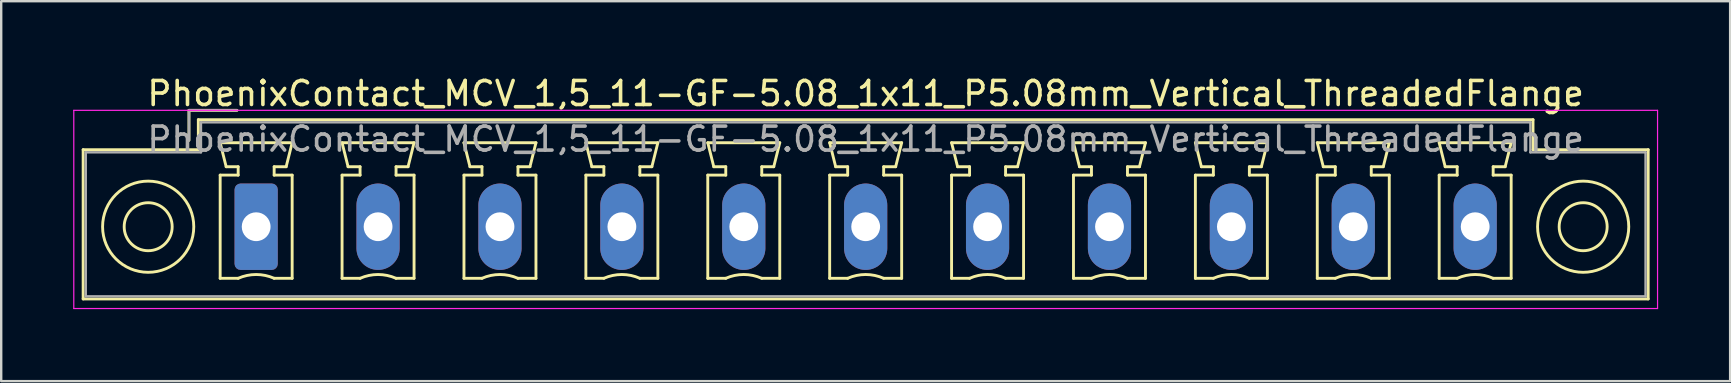
<source format=kicad_pcb>
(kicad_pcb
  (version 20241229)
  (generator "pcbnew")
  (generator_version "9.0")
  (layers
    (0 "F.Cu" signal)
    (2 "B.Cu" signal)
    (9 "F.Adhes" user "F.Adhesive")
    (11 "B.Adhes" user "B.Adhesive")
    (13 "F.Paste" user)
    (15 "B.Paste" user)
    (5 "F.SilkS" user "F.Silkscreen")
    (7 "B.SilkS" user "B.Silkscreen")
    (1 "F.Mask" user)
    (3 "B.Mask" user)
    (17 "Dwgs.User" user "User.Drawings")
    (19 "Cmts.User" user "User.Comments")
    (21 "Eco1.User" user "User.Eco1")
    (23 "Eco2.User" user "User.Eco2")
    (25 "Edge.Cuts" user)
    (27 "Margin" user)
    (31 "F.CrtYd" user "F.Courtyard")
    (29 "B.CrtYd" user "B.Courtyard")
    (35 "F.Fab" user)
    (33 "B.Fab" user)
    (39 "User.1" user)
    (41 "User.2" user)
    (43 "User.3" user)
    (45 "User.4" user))
  (footprint "PhoenixContact_MCV_1,5_11-GF-5.08_1x11_P5.08mm_Vertical_ThreadedFlange"
    (layer "F.Cu")
    (at 7.625 6.398)
    (property "Reference" "PhoenixContact_MCV_1,5_11-GF-5.08_1x11_P5.08mm_Vertical_ThreadedFlange" (at 25.4 -5.55 0) (layer "F.SilkS") (effects (font (size 1 1) (thickness 0.15))))
    (attr through_hole)
    (fp_line (start -7.21 -3.21) (end -7.21 3.01) (stroke (width 0.12) (type solid)) (layer "F.SilkS"))
    (fp_line (start -7.21 3.01) (end 58.01 3.01) (stroke (width 0.12) (type solid)) (layer "F.SilkS"))
    (fp_line (start -2.8 -4.85) (end -0.8 -4.85) (stroke (width 0.12) (type solid)) (layer "F.SilkS"))
    (fp_line (start -2.8 -3.6) (end -2.8 -4.85) (stroke (width 0.12) (type solid)) (layer "F.SilkS"))
    (fp_line (start -2.41 -4.46) (end -2.41 -3.21) (stroke (width 0.12) (type solid)) (layer "F.SilkS"))
    (fp_line (start -2.41 -3.21) (end -7.21 -3.21) (stroke (width 0.12) (type solid)) (layer "F.SilkS"))
    (fp_line (start -1.5 -3.5) (end 1.5 -3.5) (stroke (width 0.12) (type solid)) (layer "F.SilkS"))
    (fp_line (start -1.5 -2.15) (end -0.75 -2.15) (stroke (width 0.12) (type solid)) (layer "F.SilkS"))
    (fp_line (start -1.5 2.15) (end -1.5 -2.15) (stroke (width 0.12) (type solid)) (layer "F.SilkS"))
    (fp_line (start -1.25 -2.5) (end -1.5 -3.5) (stroke (width 0.12) (type solid)) (layer "F.SilkS"))
    (fp_line (start -0.75 -2.5) (end -1.25 -2.5) (stroke (width 0.12) (type solid)) (layer "F.SilkS"))
    (fp_line (start -0.75 -2.15) (end -0.75 -2.5) (stroke (width 0.12) (type solid)) (layer "F.SilkS"))
    (fp_line (start -0.75 2.15) (end -1.5 2.15) (stroke (width 0.12) (type solid)) (layer "F.SilkS"))
    (fp_line (start 0.75 -2.5) (end 0.75 -2.15) (stroke (width 0.12) (type solid)) (layer "F.SilkS"))
    (fp_line (start 0.75 -2.15) (end 1.5 -2.15) (stroke (width 0.12) (type solid)) (layer "F.SilkS"))
    (fp_line (start 1.25 -2.5) (end 0.75 -2.5) (stroke (width 0.12) (type solid)) (layer "F.SilkS"))
    (fp_line (start 1.5 -3.5) (end 1.25 -2.5) (stroke (width 0.12) (type solid)) (layer "F.SilkS"))
    (fp_line (start 1.5 -2.15) (end 1.5 2.15) (stroke (width 0.12) (type solid)) (layer "F.SilkS"))
    (fp_line (start 1.5 2.15) (end 0.75 2.15) (stroke (width 0.12) (type solid)) (layer "F.SilkS"))
    (fp_line (start 3.58 -3.5) (end 6.58 -3.5) (stroke (width 0.12) (type solid)) (layer "F.SilkS"))
    (fp_line (start 3.58 -2.15) (end 4.33 -2.15) (stroke (width 0.12) (type solid)) (layer "F.SilkS"))
    (fp_line (start 3.58 2.15) (end 3.58 -2.15) (stroke (width 0.12) (type solid)) (layer "F.SilkS"))
    (fp_line (start 3.83 -2.5) (end 3.58 -3.5) (stroke (width 0.12) (type solid)) (layer "F.SilkS"))
    (fp_line (start 4.33 -2.5) (end 3.83 -2.5) (stroke (width 0.12) (type solid)) (layer "F.SilkS"))
    (fp_line (start 4.33 -2.15) (end 4.33 -2.5) (stroke (width 0.12) (type solid)) (layer "F.SilkS"))
    (fp_line (start 4.33 2.15) (end 3.58 2.15) (stroke (width 0.12) (type solid)) (layer "F.SilkS"))
    (fp_line (start 5.83 -2.5) (end 5.83 -2.15) (stroke (width 0.12) (type solid)) (layer "F.SilkS"))
    (fp_line (start 5.83 -2.15) (end 6.58 -2.15) (stroke (width 0.12) (type solid)) (layer "F.SilkS"))
    (fp_line (start 6.33 -2.5) (end 5.83 -2.5) (stroke (width 0.12) (type solid)) (layer "F.SilkS"))
    (fp_line (start 6.58 -3.5) (end 6.33 -2.5) (stroke (width 0.12) (type solid)) (layer "F.SilkS"))
    (fp_line (start 6.58 -2.15) (end 6.58 2.15) (stroke (width 0.12) (type solid)) (layer "F.SilkS"))
    (fp_line (start 6.58 2.15) (end 5.83 2.15) (stroke (width 0.12) (type solid)) (layer "F.SilkS"))
    (fp_line (start 8.66 -3.5) (end 11.66 -3.5) (stroke (width 0.12) (type solid)) (layer "F.SilkS"))
    (fp_line (start 8.66 -2.15) (end 9.41 -2.15) (stroke (width 0.12) (type solid)) (layer "F.SilkS"))
    (fp_line (start 8.66 2.15) (end 8.66 -2.15) (stroke (width 0.12) (type solid)) (layer "F.SilkS"))
    (fp_line (start 8.91 -2.5) (end 8.66 -3.5) (stroke (width 0.12) (type solid)) (layer "F.SilkS"))
    (fp_line (start 9.41 -2.5) (end 8.91 -2.5) (stroke (width 0.12) (type solid)) (layer "F.SilkS"))
    (fp_line (start 9.41 -2.15) (end 9.41 -2.5) (stroke (width 0.12) (type solid)) (layer "F.SilkS"))
    (fp_line (start 9.41 2.15) (end 8.66 2.15) (stroke (width 0.12) (type solid)) (layer "F.SilkS"))
    (fp_line (start 10.91 -2.5) (end 10.91 -2.15) (stroke (width 0.12) (type solid)) (layer "F.SilkS"))
    (fp_line (start 10.91 -2.15) (end 11.66 -2.15) (stroke (width 0.12) (type solid)) (layer "F.SilkS"))
    (fp_line (start 11.41 -2.5) (end 10.91 -2.5) (stroke (width 0.12) (type solid)) (layer "F.SilkS"))
    (fp_line (start 11.66 -3.5) (end 11.41 -2.5) (stroke (width 0.12) (type solid)) (layer "F.SilkS"))
    (fp_line (start 11.66 -2.15) (end 11.66 2.15) (stroke (width 0.12) (type solid)) (layer "F.SilkS"))
    (fp_line (start 11.66 2.15) (end 10.91 2.15) (stroke (width 0.12) (type solid)) (layer "F.SilkS"))
    (fp_line (start 13.74 -3.5) (end 16.74 -3.5) (stroke (width 0.12) (type solid)) (layer "F.SilkS"))
    (fp_line (start 13.74 -2.15) (end 14.49 -2.15) (stroke (width 0.12) (type solid)) (layer "F.SilkS"))
    (fp_line (start 13.74 2.15) (end 13.74 -2.15) (stroke (width 0.12) (type solid)) (layer "F.SilkS"))
    (fp_line (start 13.99 -2.5) (end 13.74 -3.5) (stroke (width 0.12) (type solid)) (layer "F.SilkS"))
    (fp_line (start 14.49 -2.5) (end 13.99 -2.5) (stroke (width 0.12) (type solid)) (layer "F.SilkS"))
    (fp_line (start 14.49 -2.15) (end 14.49 -2.5) (stroke (width 0.12) (type solid)) (layer "F.SilkS"))
    (fp_line (start 14.49 2.15) (end 13.74 2.15) (stroke (width 0.12) (type solid)) (layer "F.SilkS"))
    (fp_line (start 15.99 -2.5) (end 15.99 -2.15) (stroke (width 0.12) (type solid)) (layer "F.SilkS"))
    (fp_line (start 15.99 -2.15) (end 16.74 -2.15) (stroke (width 0.12) (type solid)) (layer "F.SilkS"))
    (fp_line (start 16.49 -2.5) (end 15.99 -2.5) (stroke (width 0.12) (type solid)) (layer "F.SilkS"))
    (fp_line (start 16.74 -3.5) (end 16.49 -2.5) (stroke (width 0.12) (type solid)) (layer "F.SilkS"))
    (fp_line (start 16.74 -2.15) (end 16.74 2.15) (stroke (width 0.12) (type solid)) (layer "F.SilkS"))
    (fp_line (start 16.74 2.15) (end 15.99 2.15) (stroke (width 0.12) (type solid)) (layer "F.SilkS"))
    (fp_line (start 18.82 -3.5) (end 21.82 -3.5) (stroke (width 0.12) (type solid)) (layer "F.SilkS"))
    (fp_line (start 18.82 -2.15) (end 19.57 -2.15) (stroke (width 0.12) (type solid)) (layer "F.SilkS"))
    (fp_line (start 18.82 2.15) (end 18.82 -2.15) (stroke (width 0.12) (type solid)) (layer "F.SilkS"))
    (fp_line (start 19.07 -2.5) (end 18.82 -3.5) (stroke (width 0.12) (type solid)) (layer "F.SilkS"))
    (fp_line (start 19.57 -2.5) (end 19.07 -2.5) (stroke (width 0.12) (type solid)) (layer "F.SilkS"))
    (fp_line (start 19.57 -2.15) (end 19.57 -2.5) (stroke (width 0.12) (type solid)) (layer "F.SilkS"))
    (fp_line (start 19.57 2.15) (end 18.82 2.15) (stroke (width 0.12) (type solid)) (layer "F.SilkS"))
    (fp_line (start 21.07 -2.5) (end 21.07 -2.15) (stroke (width 0.12) (type solid)) (layer "F.SilkS"))
    (fp_line (start 21.07 -2.15) (end 21.82 -2.15) (stroke (width 0.12) (type solid)) (layer "F.SilkS"))
    (fp_line (start 21.57 -2.5) (end 21.07 -2.5) (stroke (width 0.12) (type solid)) (layer "F.SilkS"))
    (fp_line (start 21.82 -3.5) (end 21.57 -2.5) (stroke (width 0.12) (type solid)) (layer "F.SilkS"))
    (fp_line (start 21.82 -2.15) (end 21.82 2.15) (stroke (width 0.12) (type solid)) (layer "F.SilkS"))
    (fp_line (start 21.82 2.15) (end 21.07 2.15) (stroke (width 0.12) (type solid)) (layer "F.SilkS"))
    (fp_line (start 23.9 -3.5) (end 26.9 -3.5) (stroke (width 0.12) (type solid)) (layer "F.SilkS"))
    (fp_line (start 23.9 -2.15) (end 24.65 -2.15) (stroke (width 0.12) (type solid)) (layer "F.SilkS"))
    (fp_line (start 23.9 2.15) (end 23.9 -2.15) (stroke (width 0.12) (type solid)) (layer "F.SilkS"))
    (fp_line (start 24.15 -2.5) (end 23.9 -3.5) (stroke (width 0.12) (type solid)) (layer "F.SilkS"))
    (fp_line (start 24.65 -2.5) (end 24.15 -2.5) (stroke (width 0.12) (type solid)) (layer "F.SilkS"))
    (fp_line (start 24.65 -2.15) (end 24.65 -2.5) (stroke (width 0.12) (type solid)) (layer "F.SilkS"))
    (fp_line (start 24.65 2.15) (end 23.9 2.15) (stroke (width 0.12) (type solid)) (layer "F.SilkS"))
    (fp_line (start 26.15 -2.5) (end 26.15 -2.15) (stroke (width 0.12) (type solid)) (layer "F.SilkS"))
    (fp_line (start 26.15 -2.15) (end 26.9 -2.15) (stroke (width 0.12) (type solid)) (layer "F.SilkS"))
    (fp_line (start 26.65 -2.5) (end 26.15 -2.5) (stroke (width 0.12) (type solid)) (layer "F.SilkS"))
    (fp_line (start 26.9 -3.5) (end 26.65 -2.5) (stroke (width 0.12) (type solid)) (layer "F.SilkS"))
    (fp_line (start 26.9 -2.15) (end 26.9 2.15) (stroke (width 0.12) (type solid)) (layer "F.SilkS"))
    (fp_line (start 26.9 2.15) (end 26.15 2.15) (stroke (width 0.12) (type solid)) (layer "F.SilkS"))
    (fp_line (start 28.98 -3.5) (end 31.98 -3.5) (stroke (width 0.12) (type solid)) (layer "F.SilkS"))
    (fp_line (start 28.98 -2.15) (end 29.73 -2.15) (stroke (width 0.12) (type solid)) (layer "F.SilkS"))
    (fp_line (start 28.98 2.15) (end 28.98 -2.15) (stroke (width 0.12) (type solid)) (layer "F.SilkS"))
    (fp_line (start 29.23 -2.5) (end 28.98 -3.5) (stroke (width 0.12) (type solid)) (layer "F.SilkS"))
    (fp_line (start 29.73 -2.5) (end 29.23 -2.5) (stroke (width 0.12) (type solid)) (layer "F.SilkS"))
    (fp_line (start 29.73 -2.15) (end 29.73 -2.5) (stroke (width 0.12) (type solid)) (layer "F.SilkS"))
    (fp_line (start 29.73 2.15) (end 28.98 2.15) (stroke (width 0.12) (type solid)) (layer "F.SilkS"))
    (fp_line (start 31.23 -2.5) (end 31.23 -2.15) (stroke (width 0.12) (type solid)) (layer "F.SilkS"))
    (fp_line (start 31.23 -2.15) (end 31.98 -2.15) (stroke (width 0.12) (type solid)) (layer "F.SilkS"))
    (fp_line (start 31.73 -2.5) (end 31.23 -2.5) (stroke (width 0.12) (type solid)) (layer "F.SilkS"))
    (fp_line (start 31.98 -3.5) (end 31.73 -2.5) (stroke (width 0.12) (type solid)) (layer "F.SilkS"))
    (fp_line (start 31.98 -2.15) (end 31.98 2.15) (stroke (width 0.12) (type solid)) (layer "F.SilkS"))
    (fp_line (start 31.98 2.15) (end 31.23 2.15) (stroke (width 0.12) (type solid)) (layer "F.SilkS"))
    (fp_line (start 34.06 -3.5) (end 37.06 -3.5) (stroke (width 0.12) (type solid)) (layer "F.SilkS"))
    (fp_line (start 34.06 -2.15) (end 34.81 -2.15) (stroke (width 0.12) (type solid)) (layer "F.SilkS"))
    (fp_line (start 34.06 2.15) (end 34.06 -2.15) (stroke (width 0.12) (type solid)) (layer "F.SilkS"))
    (fp_line (start 34.31 -2.5) (end 34.06 -3.5) (stroke (width 0.12) (type solid)) (layer "F.SilkS"))
    (fp_line (start 34.81 -2.5) (end 34.31 -2.5) (stroke (width 0.12) (type solid)) (layer "F.SilkS"))
    (fp_line (start 34.81 -2.15) (end 34.81 -2.5) (stroke (width 0.12) (type solid)) (layer "F.SilkS"))
    (fp_line (start 34.81 2.15) (end 34.06 2.15) (stroke (width 0.12) (type solid)) (layer "F.SilkS"))
    (fp_line (start 36.31 -2.5) (end 36.31 -2.15) (stroke (width 0.12) (type solid)) (layer "F.SilkS"))
    (fp_line (start 36.31 -2.15) (end 37.06 -2.15) (stroke (width 0.12) (type solid)) (layer "F.SilkS"))
    (fp_line (start 36.81 -2.5) (end 36.31 -2.5) (stroke (width 0.12) (type solid)) (layer "F.SilkS"))
    (fp_line (start 37.06 -3.5) (end 36.81 -2.5) (stroke (width 0.12) (type solid)) (layer "F.SilkS"))
    (fp_line (start 37.06 -2.15) (end 37.06 2.15) (stroke (width 0.12) (type solid)) (layer "F.SilkS"))
    (fp_line (start 37.06 2.15) (end 36.31 2.15) (stroke (width 0.12) (type solid)) (layer "F.SilkS"))
    (fp_line (start 39.14 -3.5) (end 42.14 -3.5) (stroke (width 0.12) (type solid)) (layer "F.SilkS"))
    (fp_line (start 39.14 -2.15) (end 39.89 -2.15) (stroke (width 0.12) (type solid)) (layer "F.SilkS"))
    (fp_line (start 39.14 2.15) (end 39.14 -2.15) (stroke (width 0.12) (type solid)) (layer "F.SilkS"))
    (fp_line (start 39.39 -2.5) (end 39.14 -3.5) (stroke (width 0.12) (type solid)) (layer "F.SilkS"))
    (fp_line (start 39.89 -2.5) (end 39.39 -2.5) (stroke (width 0.12) (type solid)) (layer "F.SilkS"))
    (fp_line (start 39.89 -2.15) (end 39.89 -2.5) (stroke (width 0.12) (type solid)) (layer "F.SilkS"))
    (fp_line (start 39.89 2.15) (end 39.14 2.15) (stroke (width 0.12) (type solid)) (layer "F.SilkS"))
    (fp_line (start 41.39 -2.5) (end 41.39 -2.15) (stroke (width 0.12) (type solid)) (layer "F.SilkS"))
    (fp_line (start 41.39 -2.15) (end 42.14 -2.15) (stroke (width 0.12) (type solid)) (layer "F.SilkS"))
    (fp_line (start 41.89 -2.5) (end 41.39 -2.5) (stroke (width 0.12) (type solid)) (layer "F.SilkS"))
    (fp_line (start 42.14 -3.5) (end 41.89 -2.5) (stroke (width 0.12) (type solid)) (layer "F.SilkS"))
    (fp_line (start 42.14 -2.15) (end 42.14 2.15) (stroke (width 0.12) (type solid)) (layer "F.SilkS"))
    (fp_line (start 42.14 2.15) (end 41.39 2.15) (stroke (width 0.12) (type solid)) (layer "F.SilkS"))
    (fp_line (start 44.22 -3.5) (end 47.22 -3.5) (stroke (width 0.12) (type solid)) (layer "F.SilkS"))
    (fp_line (start 44.22 -2.15) (end 44.97 -2.15) (stroke (width 0.12) (type solid)) (layer "F.SilkS"))
    (fp_line (start 44.22 2.15) (end 44.22 -2.15) (stroke (width 0.12) (type solid)) (layer "F.SilkS"))
    (fp_line (start 44.47 -2.5) (end 44.22 -3.5) (stroke (width 0.12) (type solid)) (layer "F.SilkS"))
    (fp_line (start 44.97 -2.5) (end 44.47 -2.5) (stroke (width 0.12) (type solid)) (layer "F.SilkS"))
    (fp_line (start 44.97 -2.15) (end 44.97 -2.5) (stroke (width 0.12) (type solid)) (layer "F.SilkS"))
    (fp_line (start 44.97 2.15) (end 44.22 2.15) (stroke (width 0.12) (type solid)) (layer "F.SilkS"))
    (fp_line (start 46.47 -2.5) (end 46.47 -2.15) (stroke (width 0.12) (type solid)) (layer "F.SilkS"))
    (fp_line (start 46.47 -2.15) (end 47.22 -2.15) (stroke (width 0.12) (type solid)) (layer "F.SilkS"))
    (fp_line (start 46.97 -2.5) (end 46.47 -2.5) (stroke (width 0.12) (type solid)) (layer "F.SilkS"))
    (fp_line (start 47.22 -3.5) (end 46.97 -2.5) (stroke (width 0.12) (type solid)) (layer "F.SilkS"))
    (fp_line (start 47.22 -2.15) (end 47.22 2.15) (stroke (width 0.12) (type solid)) (layer "F.SilkS"))
    (fp_line (start 47.22 2.15) (end 46.47 2.15) (stroke (width 0.12) (type solid)) (layer "F.SilkS"))
    (fp_line (start 49.3 -3.5) (end 52.3 -3.5) (stroke (width 0.12) (type solid)) (layer "F.SilkS"))
    (fp_line (start 49.3 -2.15) (end 50.05 -2.15) (stroke (width 0.12) (type solid)) (layer "F.SilkS"))
    (fp_line (start 49.3 2.15) (end 49.3 -2.15) (stroke (width 0.12) (type solid)) (layer "F.SilkS"))
    (fp_line (start 49.55 -2.5) (end 49.3 -3.5) (stroke (width 0.12) (type solid)) (layer "F.SilkS"))
    (fp_line (start 50.05 -2.5) (end 49.55 -2.5) (stroke (width 0.12) (type solid)) (layer "F.SilkS"))
    (fp_line (start 50.05 -2.15) (end 50.05 -2.5) (stroke (width 0.12) (type solid)) (layer "F.SilkS"))
    (fp_line (start 50.05 2.15) (end 49.3 2.15) (stroke (width 0.12) (type solid)) (layer "F.SilkS"))
    (fp_line (start 51.55 -2.5) (end 51.55 -2.15) (stroke (width 0.12) (type solid)) (layer "F.SilkS"))
    (fp_line (start 51.55 -2.15) (end 52.3 -2.15) (stroke (width 0.12) (type solid)) (layer "F.SilkS"))
    (fp_line (start 52.05 -2.5) (end 51.55 -2.5) (stroke (width 0.12) (type solid)) (layer "F.SilkS"))
    (fp_line (start 52.3 -3.5) (end 52.05 -2.5) (stroke (width 0.12) (type solid)) (layer "F.SilkS"))
    (fp_line (start 52.3 -2.15) (end 52.3 2.15) (stroke (width 0.12) (type solid)) (layer "F.SilkS"))
    (fp_line (start 52.3 2.15) (end 51.55 2.15) (stroke (width 0.12) (type solid)) (layer "F.SilkS"))
    (fp_line (start 53.21 -4.46) (end -2.41 -4.46) (stroke (width 0.12) (type solid)) (layer "F.SilkS"))
    (fp_line (start 53.21 -3.21) (end 53.21 -4.46) (stroke (width 0.12) (type solid)) (layer "F.SilkS"))
    (fp_line (start 58.01 -3.21) (end 53.21 -3.21) (stroke (width 0.12) (type solid)) (layer "F.SilkS"))
    (fp_line (start 58.01 3.01) (end 58.01 -3.21) (stroke (width 0.12) (type solid)) (layer "F.SilkS"))
    (fp_arc (start -0.75 2.15) (mid -0.000193 1.99191) (end 0.749647 2.149844) (stroke (width 0.12) (type solid)) (layer "F.SilkS"))
    (fp_arc (start 4.33 2.15) (mid 5.079807 1.99191) (end 5.829647 2.149844) (stroke (width 0.12) (type solid)) (layer "F.SilkS"))
    (fp_arc (start 9.41 2.15) (mid 10.159807 1.99191) (end 10.909647 2.149844) (stroke (width 0.12) (type solid)) (layer "F.SilkS"))
    (fp_arc (start 14.49 2.15) (mid 15.239807 1.99191) (end 15.989647 2.149844) (stroke (width 0.12) (type solid)) (layer "F.SilkS"))
    (fp_arc (start 19.57 2.15) (mid 20.319807 1.99191) (end 21.069647 2.149844) (stroke (width 0.12) (type solid)) (layer "F.SilkS"))
    (fp_arc (start 24.65 2.15) (mid 25.399807 1.99191) (end 26.149647 2.149844) (stroke (width 0.12) (type solid)) (layer "F.SilkS"))
    (fp_arc (start 29.73 2.15) (mid 30.479807 1.99191) (end 31.229647 2.149844) (stroke (width 0.12) (type solid)) (layer "F.SilkS"))
    (fp_arc (start 34.81 2.15) (mid 35.559807 1.99191) (end 36.309647 2.149844) (stroke (width 0.12) (type solid)) (layer "F.SilkS"))
    (fp_arc (start 39.89 2.15) (mid 40.639807 1.99191) (end 41.389647 2.149844) (stroke (width 0.12) (type solid)) (layer "F.SilkS"))
    (fp_arc (start 44.97 2.15) (mid 45.719807 1.99191) (end 46.469647 2.149844) (stroke (width 0.12) (type solid)) (layer "F.SilkS"))
    (fp_arc (start 50.05 2.15) (mid 50.799807 1.99191) (end 51.549647 2.149844) (stroke (width 0.12) (type solid)) (layer "F.SilkS"))
    (fp_circle (center -4.5 0) (end -3.5 0) (stroke (width 0.12) (type solid)) (fill no) (layer "F.SilkS"))
    (fp_circle (center -4.5 0) (end -2.6 0) (stroke (width 0.12) (type solid)) (fill no) (layer "F.SilkS"))
    (fp_circle (center 55.3 0) (end 56.3 0) (stroke (width 0.12) (type solid)) (fill no) (layer "F.SilkS"))
    (fp_circle (center 55.3 0) (end 57.2 0) (stroke (width 0.12) (type solid)) (fill no) (layer "F.SilkS"))
    (fp_line (start -7.6 -4.85) (end -7.6 3.41) (stroke (width 0.05) (type solid)) (layer "F.CrtYd"))
    (fp_line (start -7.6 3.41) (end 58.4 3.41) (stroke (width 0.05) (type solid)) (layer "F.CrtYd"))
    (fp_line (start 58.4 -4.85) (end -7.6 -4.85) (stroke (width 0.05) (type solid)) (layer "F.CrtYd"))
    (fp_line (start 58.4 3.41) (end 58.4 -4.85) (stroke (width 0.05) (type solid)) (layer "F.CrtYd"))
    (fp_line (start -7.1 -3.1) (end -7.1 2.9) (stroke (width 0.1) (type solid)) (layer "F.Fab"))
    (fp_line (start -7.1 2.9) (end 57.9 2.9) (stroke (width 0.1) (type solid)) (layer "F.Fab"))
    (fp_line (start -2.8 -4.85) (end -0.8 -4.85) (stroke (width 0.1) (type solid)) (layer "F.Fab"))
    (fp_line (start -2.8 -3.6) (end -2.8 -4.85) (stroke (width 0.1) (type solid)) (layer "F.Fab"))
    (fp_line (start -2.3 -4.35) (end -2.3 -3.1) (stroke (width 0.1) (type solid)) (layer "F.Fab"))
    (fp_line (start -2.3 -3.1) (end -7.1 -3.1) (stroke (width 0.1) (type solid)) (layer "F.Fab"))
    (fp_line (start 53.1 -4.35) (end -2.3 -4.35) (stroke (width 0.1) (type solid)) (layer "F.Fab"))
    (fp_line (start 53.1 -3.1) (end 53.1 -4.35) (stroke (width 0.1) (type solid)) (layer "F.Fab"))
    (fp_line (start 57.9 -3.1) (end 53.1 -3.1) (stroke (width 0.1) (type solid)) (layer "F.Fab"))
    (fp_line (start 57.9 2.9) (end 57.9 -3.1) (stroke (width 0.1) (type solid)) (layer "F.Fab"))
    (fp_text user "${REFERENCE}" (at 25.4 -3.65 0) (layer "F.Fab") (effects (font (size 1 1) (thickness 0.15))))
    (pad "1" thru_hole roundrect (at 0 0) (size 1.8 3.6) (drill 1.2) (layers "*.Cu" "*.Mask") (roundrect_rratio 0.139))
    (pad "2" thru_hole oval (at 5.08 0) (size 1.8 3.6) (drill 1.2) (layers "*.Cu" "*.Mask"))
    (pad "3" thru_hole oval (at 10.16 0) (size 1.8 3.6) (drill 1.2) (layers "*.Cu" "*.Mask"))
    (pad "4" thru_hole oval (at 15.24 0) (size 1.8 3.6) (drill 1.2) (layers "*.Cu" "*.Mask"))
    (pad "5" thru_hole oval (at 20.32 0) (size 1.8 3.6) (drill 1.2) (layers "*.Cu" "*.Mask"))
    (pad "6" thru_hole oval (at 25.4 0) (size 1.8 3.6) (drill 1.2) (layers "*.Cu" "*.Mask"))
    (pad "7" thru_hole oval (at 30.48 0) (size 1.8 3.6) (drill 1.2) (layers "*.Cu" "*.Mask"))
    (pad "8" thru_hole oval (at 35.56 0) (size 1.8 3.6) (drill 1.2) (layers "*.Cu" "*.Mask"))
    (pad "9" thru_hole oval (at 40.64 0) (size 1.8 3.6) (drill 1.2) (layers "*.Cu" "*.Mask"))
    (pad "10" thru_hole oval (at 45.72 0) (size 1.8 3.6) (drill 1.2) (layers "*.Cu" "*.Mask"))
    (pad "11" thru_hole oval (at 50.8 0) (size 1.8 3.6) (drill 1.2) (layers "*.Cu" "*.Mask")))
  (gr_rect
    (start -3 -3)
    (end 69.05 12.833)
    (stroke (width 0.1) (type default))
    (fill no)
    (layer "Edge.Cuts")))
</source>
